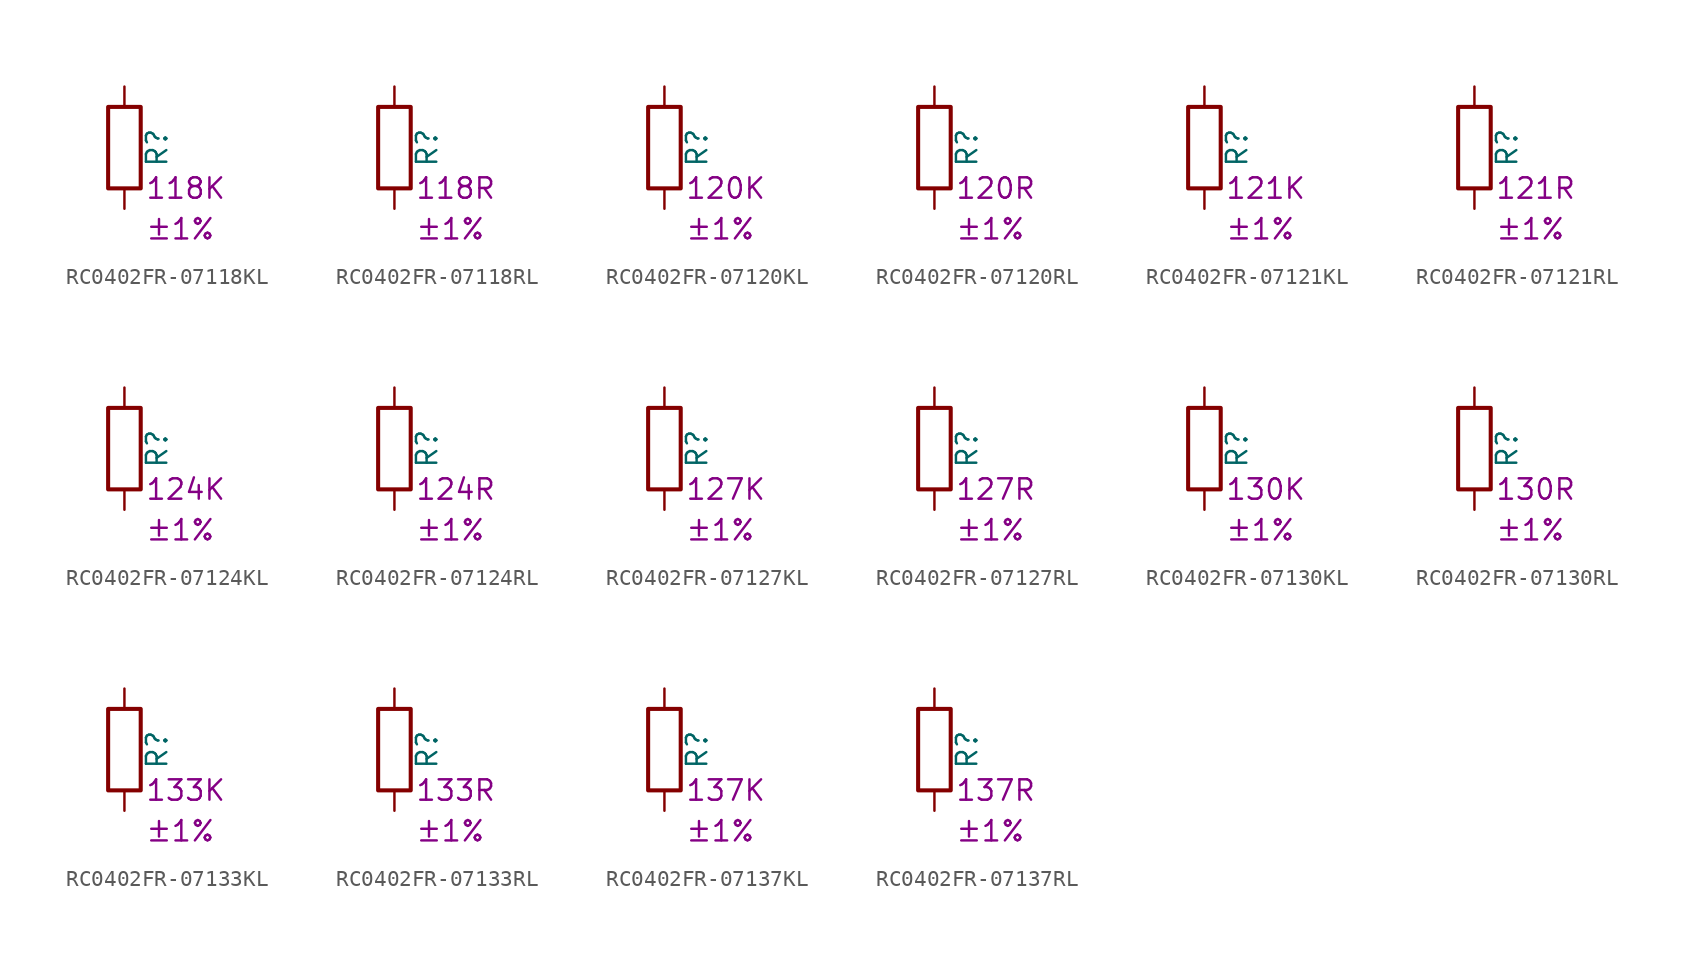
<source format=kicad_sym>
(kicad_symbol_lib
  (version 20220914)
  (generator kicad_symbol_editor)
  (symbol "RC0402FR-07118KL"
    (pin_numbers hide)
    (pin_names
      (offset 0))
    (property "Reference" "R"
      (at 2.032 0 90)
      (effects (font (size 1.27 1.27))))
    (property "Resistance" "118K"
      (at 1.27 -2.54 0)
      (effects (font (size 1.27 1.27)) (justify left)))
    (property "Tolerance" "±1%"
      (at 1.27 -5.08 0)
      (effects (font (size 1.27 1.27)) (justify left)))
    (symbol "RC0402FR-07118KL_0_1"
      (rectangle (start -1.016 -2.54) (end 1.016 2.54) (stroke (width 0.254) (type default)) (fill (type none))))
    (symbol "RC0402FR-07118KL_1_1"
      (pin passive line (at 0 3.81 270) (length 1.27) (name "~" (effects (font (size 1.27 1.27)))) (number "1" (effects (font (size 1.27 1.27)))))
      (pin passive line (at 0 -3.81 90) (length 1.27) (name "~" (effects (font (size 1.27 1.27)))) (number "2" (effects (font (size 1.27 1.27)))))))
  (symbol "RC0402FR-07118RL"
    (pin_numbers hide)
    (pin_names
      (offset 0))
    (property "Reference" "R"
      (at 2.032 0 90)
      (effects (font (size 1.27 1.27))))
    (property "Resistance" "118R"
      (at 1.27 -2.54 0)
      (effects (font (size 1.27 1.27)) (justify left)))
    (property "Tolerance" "±1%"
      (at 1.27 -5.08 0)
      (effects (font (size 1.27 1.27)) (justify left)))
    (symbol "RC0402FR-07118RL_0_1"
      (rectangle (start -1.016 -2.54) (end 1.016 2.54) (stroke (width 0.254) (type default)) (fill (type none))))
    (symbol "RC0402FR-07118RL_1_1"
      (pin passive line (at 0 3.81 270) (length 1.27) (name "~" (effects (font (size 1.27 1.27)))) (number "1" (effects (font (size 1.27 1.27)))))
      (pin passive line (at 0 -3.81 90) (length 1.27) (name "~" (effects (font (size 1.27 1.27)))) (number "2" (effects (font (size 1.27 1.27)))))))
  (symbol "RC0402FR-07120KL"
    (pin_numbers hide)
    (pin_names
      (offset 0))
    (property "Reference" "R"
      (at 2.032 0 90)
      (effects (font (size 1.27 1.27))))
    (property "Resistance" "120K"
      (at 1.27 -2.54 0)
      (effects (font (size 1.27 1.27)) (justify left)))
    (property "Tolerance" "±1%"
      (at 1.27 -5.08 0)
      (effects (font (size 1.27 1.27)) (justify left)))
    (symbol "RC0402FR-07120KL_0_1"
      (rectangle (start -1.016 -2.54) (end 1.016 2.54) (stroke (width 0.254) (type default)) (fill (type none))))
    (symbol "RC0402FR-07120KL_1_1"
      (pin passive line (at 0 3.81 270) (length 1.27) (name "~" (effects (font (size 1.27 1.27)))) (number "1" (effects (font (size 1.27 1.27)))))
      (pin passive line (at 0 -3.81 90) (length 1.27) (name "~" (effects (font (size 1.27 1.27)))) (number "2" (effects (font (size 1.27 1.27)))))))
  (symbol "RC0402FR-07120RL"
    (pin_numbers hide)
    (pin_names
      (offset 0))
    (property "Reference" "R"
      (at 2.032 0 90)
      (effects (font (size 1.27 1.27))))
    (property "Resistance" "120R"
      (at 1.27 -2.54 0)
      (effects (font (size 1.27 1.27)) (justify left)))
    (property "Tolerance" "±1%"
      (at 1.27 -5.08 0)
      (effects (font (size 1.27 1.27)) (justify left)))
    (symbol "RC0402FR-07120RL_0_1"
      (rectangle (start -1.016 -2.54) (end 1.016 2.54) (stroke (width 0.254) (type default)) (fill (type none))))
    (symbol "RC0402FR-07120RL_1_1"
      (pin passive line (at 0 3.81 270) (length 1.27) (name "~" (effects (font (size 1.27 1.27)))) (number "1" (effects (font (size 1.27 1.27)))))
      (pin passive line (at 0 -3.81 90) (length 1.27) (name "~" (effects (font (size 1.27 1.27)))) (number "2" (effects (font (size 1.27 1.27)))))))
  (symbol "RC0402FR-07121KL"
    (pin_numbers hide)
    (pin_names
      (offset 0))
    (property "Reference" "R"
      (at 2.032 0 90)
      (effects (font (size 1.27 1.27))))
    (property "Resistance" "121K"
      (at 1.27 -2.54 0)
      (effects (font (size 1.27 1.27)) (justify left)))
    (property "Tolerance" "±1%"
      (at 1.27 -5.08 0)
      (effects (font (size 1.27 1.27)) (justify left)))
    (symbol "RC0402FR-07121KL_0_1"
      (rectangle (start -1.016 -2.54) (end 1.016 2.54) (stroke (width 0.254) (type default)) (fill (type none))))
    (symbol "RC0402FR-07121KL_1_1"
      (pin passive line (at 0 3.81 270) (length 1.27) (name "~" (effects (font (size 1.27 1.27)))) (number "1" (effects (font (size 1.27 1.27)))))
      (pin passive line (at 0 -3.81 90) (length 1.27) (name "~" (effects (font (size 1.27 1.27)))) (number "2" (effects (font (size 1.27 1.27)))))))
  (symbol "RC0402FR-07121RL"
    (pin_numbers hide)
    (pin_names
      (offset 0))
    (property "Reference" "R"
      (at 2.032 0 90)
      (effects (font (size 1.27 1.27))))
    (property "Resistance" "121R"
      (at 1.27 -2.54 0)
      (effects (font (size 1.27 1.27)) (justify left)))
    (property "Tolerance" "±1%"
      (at 1.27 -5.08 0)
      (effects (font (size 1.27 1.27)) (justify left)))
    (symbol "RC0402FR-07121RL_0_1"
      (rectangle (start -1.016 -2.54) (end 1.016 2.54) (stroke (width 0.254) (type default)) (fill (type none))))
    (symbol "RC0402FR-07121RL_1_1"
      (pin passive line (at 0 3.81 270) (length 1.27) (name "~" (effects (font (size 1.27 1.27)))) (number "1" (effects (font (size 1.27 1.27)))))
      (pin passive line (at 0 -3.81 90) (length 1.27) (name "~" (effects (font (size 1.27 1.27)))) (number "2" (effects (font (size 1.27 1.27)))))))
  (symbol "RC0402FR-07124KL"
    (pin_numbers hide)
    (pin_names
      (offset 0))
    (property "Reference" "R"
      (at 2.032 0 90)
      (effects (font (size 1.27 1.27))))
    (property "Resistance" "124K"
      (at 1.27 -2.54 0)
      (effects (font (size 1.27 1.27)) (justify left)))
    (property "Tolerance" "±1%"
      (at 1.27 -5.08 0)
      (effects (font (size 1.27 1.27)) (justify left)))
    (symbol "RC0402FR-07124KL_0_1"
      (rectangle (start -1.016 -2.54) (end 1.016 2.54) (stroke (width 0.254) (type default)) (fill (type none))))
    (symbol "RC0402FR-07124KL_1_1"
      (pin passive line (at 0 3.81 270) (length 1.27) (name "~" (effects (font (size 1.27 1.27)))) (number "1" (effects (font (size 1.27 1.27)))))
      (pin passive line (at 0 -3.81 90) (length 1.27) (name "~" (effects (font (size 1.27 1.27)))) (number "2" (effects (font (size 1.27 1.27)))))))
  (symbol "RC0402FR-07124RL"
    (pin_numbers hide)
    (pin_names
      (offset 0))
    (property "Reference" "R"
      (at 2.032 0 90)
      (effects (font (size 1.27 1.27))))
    (property "Resistance" "124R"
      (at 1.27 -2.54 0)
      (effects (font (size 1.27 1.27)) (justify left)))
    (property "Tolerance" "±1%"
      (at 1.27 -5.08 0)
      (effects (font (size 1.27 1.27)) (justify left)))
    (symbol "RC0402FR-07124RL_0_1"
      (rectangle (start -1.016 -2.54) (end 1.016 2.54) (stroke (width 0.254) (type default)) (fill (type none))))
    (symbol "RC0402FR-07124RL_1_1"
      (pin passive line (at 0 3.81 270) (length 1.27) (name "~" (effects (font (size 1.27 1.27)))) (number "1" (effects (font (size 1.27 1.27)))))
      (pin passive line (at 0 -3.81 90) (length 1.27) (name "~" (effects (font (size 1.27 1.27)))) (number "2" (effects (font (size 1.27 1.27)))))))
  (symbol "RC0402FR-07127KL"
    (pin_numbers hide)
    (pin_names
      (offset 0))
    (property "Reference" "R"
      (at 2.032 0 90)
      (effects (font (size 1.27 1.27))))
    (property "Resistance" "127K"
      (at 1.27 -2.54 0)
      (effects (font (size 1.27 1.27)) (justify left)))
    (property "Tolerance" "±1%"
      (at 1.27 -5.08 0)
      (effects (font (size 1.27 1.27)) (justify left)))
    (symbol "RC0402FR-07127KL_0_1"
      (rectangle (start -1.016 -2.54) (end 1.016 2.54) (stroke (width 0.254) (type default)) (fill (type none))))
    (symbol "RC0402FR-07127KL_1_1"
      (pin passive line (at 0 3.81 270) (length 1.27) (name "~" (effects (font (size 1.27 1.27)))) (number "1" (effects (font (size 1.27 1.27)))))
      (pin passive line (at 0 -3.81 90) (length 1.27) (name "~" (effects (font (size 1.27 1.27)))) (number "2" (effects (font (size 1.27 1.27)))))))
  (symbol "RC0402FR-07127RL"
    (pin_numbers hide)
    (pin_names
      (offset 0))
    (property "Reference" "R"
      (at 2.032 0 90)
      (effects (font (size 1.27 1.27))))
    (property "Resistance" "127R"
      (at 1.27 -2.54 0)
      (effects (font (size 1.27 1.27)) (justify left)))
    (property "Tolerance" "±1%"
      (at 1.27 -5.08 0)
      (effects (font (size 1.27 1.27)) (justify left)))
    (symbol "RC0402FR-07127RL_0_1"
      (rectangle (start -1.016 -2.54) (end 1.016 2.54) (stroke (width 0.254) (type default)) (fill (type none))))
    (symbol "RC0402FR-07127RL_1_1"
      (pin passive line (at 0 3.81 270) (length 1.27) (name "~" (effects (font (size 1.27 1.27)))) (number "1" (effects (font (size 1.27 1.27)))))
      (pin passive line (at 0 -3.81 90) (length 1.27) (name "~" (effects (font (size 1.27 1.27)))) (number "2" (effects (font (size 1.27 1.27)))))))
  (symbol "RC0402FR-07130KL"
    (pin_numbers hide)
    (pin_names
      (offset 0))
    (property "Reference" "R"
      (at 2.032 0 90)
      (effects (font (size 1.27 1.27))))
    (property "Resistance" "130K"
      (at 1.27 -2.54 0)
      (effects (font (size 1.27 1.27)) (justify left)))
    (property "Tolerance" "±1%"
      (at 1.27 -5.08 0)
      (effects (font (size 1.27 1.27)) (justify left)))
    (symbol "RC0402FR-07130KL_0_1"
      (rectangle (start -1.016 -2.54) (end 1.016 2.54) (stroke (width 0.254) (type default)) (fill (type none))))
    (symbol "RC0402FR-07130KL_1_1"
      (pin passive line (at 0 3.81 270) (length 1.27) (name "~" (effects (font (size 1.27 1.27)))) (number "1" (effects (font (size 1.27 1.27)))))
      (pin passive line (at 0 -3.81 90) (length 1.27) (name "~" (effects (font (size 1.27 1.27)))) (number "2" (effects (font (size 1.27 1.27)))))))
  (symbol "RC0402FR-07130RL"
    (pin_numbers hide)
    (pin_names
      (offset 0))
    (property "Reference" "R"
      (at 2.032 0 90)
      (effects (font (size 1.27 1.27))))
    (property "Resistance" "130R"
      (at 1.27 -2.54 0)
      (effects (font (size 1.27 1.27)) (justify left)))
    (property "Tolerance" "±1%"
      (at 1.27 -5.08 0)
      (effects (font (size 1.27 1.27)) (justify left)))
    (symbol "RC0402FR-07130RL_0_1"
      (rectangle (start -1.016 -2.54) (end 1.016 2.54) (stroke (width 0.254) (type default)) (fill (type none))))
    (symbol "RC0402FR-07130RL_1_1"
      (pin passive line (at 0 3.81 270) (length 1.27) (name "~" (effects (font (size 1.27 1.27)))) (number "1" (effects (font (size 1.27 1.27)))))
      (pin passive line (at 0 -3.81 90) (length 1.27) (name "~" (effects (font (size 1.27 1.27)))) (number "2" (effects (font (size 1.27 1.27)))))))
  (symbol "RC0402FR-07133KL"
    (pin_numbers hide)
    (pin_names
      (offset 0))
    (property "Reference" "R"
      (at 2.032 0 90)
      (effects (font (size 1.27 1.27))))
    (property "Resistance" "133K"
      (at 1.27 -2.54 0)
      (effects (font (size 1.27 1.27)) (justify left)))
    (property "Tolerance" "±1%"
      (at 1.27 -5.08 0)
      (effects (font (size 1.27 1.27)) (justify left)))
    (symbol "RC0402FR-07133KL_0_1"
      (rectangle (start -1.016 -2.54) (end 1.016 2.54) (stroke (width 0.254) (type default)) (fill (type none))))
    (symbol "RC0402FR-07133KL_1_1"
      (pin passive line (at 0 3.81 270) (length 1.27) (name "~" (effects (font (size 1.27 1.27)))) (number "1" (effects (font (size 1.27 1.27)))))
      (pin passive line (at 0 -3.81 90) (length 1.27) (name "~" (effects (font (size 1.27 1.27)))) (number "2" (effects (font (size 1.27 1.27)))))))
  (symbol "RC0402FR-07133RL"
    (pin_numbers hide)
    (pin_names
      (offset 0))
    (property "Reference" "R"
      (at 2.032 0 90)
      (effects (font (size 1.27 1.27))))
    (property "Resistance" "133R"
      (at 1.27 -2.54 0)
      (effects (font (size 1.27 1.27)) (justify left)))
    (property "Tolerance" "±1%"
      (at 1.27 -5.08 0)
      (effects (font (size 1.27 1.27)) (justify left)))
    (symbol "RC0402FR-07133RL_0_1"
      (rectangle (start -1.016 -2.54) (end 1.016 2.54) (stroke (width 0.254) (type default)) (fill (type none))))
    (symbol "RC0402FR-07133RL_1_1"
      (pin passive line (at 0 3.81 270) (length 1.27) (name "~" (effects (font (size 1.27 1.27)))) (number "1" (effects (font (size 1.27 1.27)))))
      (pin passive line (at 0 -3.81 90) (length 1.27) (name "~" (effects (font (size 1.27 1.27)))) (number "2" (effects (font (size 1.27 1.27)))))))
  (symbol "RC0402FR-07137KL"
    (pin_numbers hide)
    (pin_names
      (offset 0))
    (property "Reference" "R"
      (at 2.032 0 90)
      (effects (font (size 1.27 1.27))))
    (property "Resistance" "137K"
      (at 1.27 -2.54 0)
      (effects (font (size 1.27 1.27)) (justify left)))
    (property "Tolerance" "±1%"
      (at 1.27 -5.08 0)
      (effects (font (size 1.27 1.27)) (justify left)))
    (symbol "RC0402FR-07137KL_0_1"
      (rectangle (start -1.016 -2.54) (end 1.016 2.54) (stroke (width 0.254) (type default)) (fill (type none))))
    (symbol "RC0402FR-07137KL_1_1"
      (pin passive line (at 0 3.81 270) (length 1.27) (name "~" (effects (font (size 1.27 1.27)))) (number "1" (effects (font (size 1.27 1.27)))))
      (pin passive line (at 0 -3.81 90) (length 1.27) (name "~" (effects (font (size 1.27 1.27)))) (number "2" (effects (font (size 1.27 1.27)))))))
  (symbol "RC0402FR-07137RL"
    (pin_numbers hide)
    (pin_names
      (offset 0))
    (property "Reference" "R"
      (at 2.032 0 90)
      (effects (font (size 1.27 1.27))))
    (property "Resistance" "137R"
      (at 1.27 -2.54 0)
      (effects (font (size 1.27 1.27)) (justify left)))
    (property "Tolerance" "±1%"
      (at 1.27 -5.08 0)
      (effects (font (size 1.27 1.27)) (justify left)))
    (symbol "RC0402FR-07137RL_0_1"
      (rectangle (start -1.016 -2.54) (end 1.016 2.54) (stroke (width 0.254) (type default)) (fill (type none))))
    (symbol "RC0402FR-07137RL_1_1"
      (pin passive line (at 0 3.81 270) (length 1.27) (name "~" (effects (font (size 1.27 1.27)))) (number "1" (effects (font (size 1.27 1.27)))))
      (pin passive line (at 0 -3.81 90) (length 1.27) (name "~" (effects (font (size 1.27 1.27)))) (number "2" (effects (font (size 1.27 1.27))))))))
</source>
